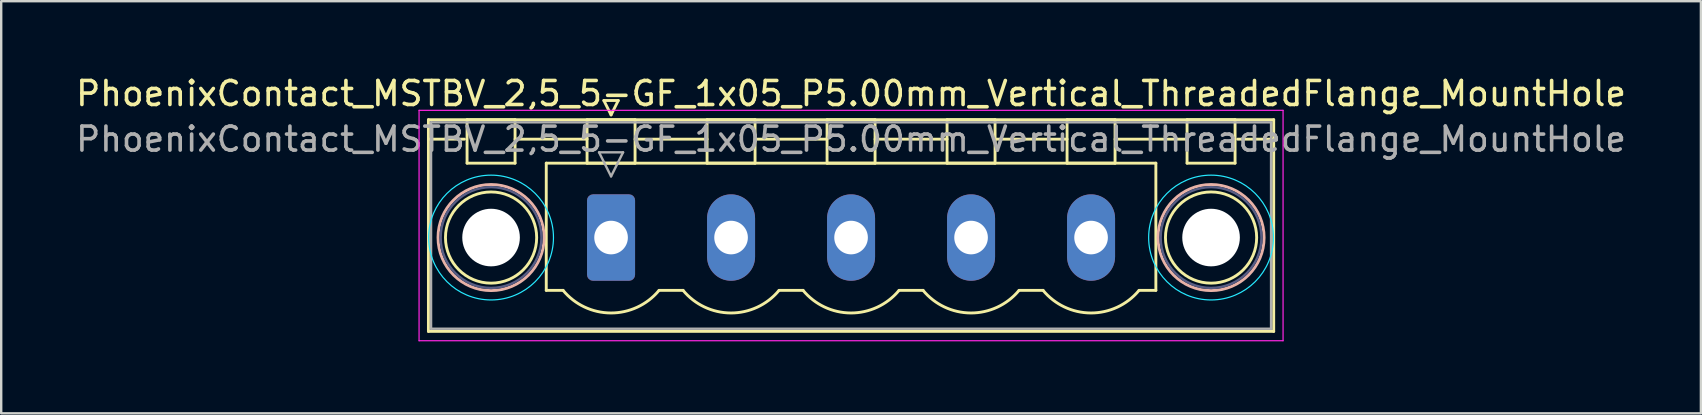
<source format=kicad_pcb>
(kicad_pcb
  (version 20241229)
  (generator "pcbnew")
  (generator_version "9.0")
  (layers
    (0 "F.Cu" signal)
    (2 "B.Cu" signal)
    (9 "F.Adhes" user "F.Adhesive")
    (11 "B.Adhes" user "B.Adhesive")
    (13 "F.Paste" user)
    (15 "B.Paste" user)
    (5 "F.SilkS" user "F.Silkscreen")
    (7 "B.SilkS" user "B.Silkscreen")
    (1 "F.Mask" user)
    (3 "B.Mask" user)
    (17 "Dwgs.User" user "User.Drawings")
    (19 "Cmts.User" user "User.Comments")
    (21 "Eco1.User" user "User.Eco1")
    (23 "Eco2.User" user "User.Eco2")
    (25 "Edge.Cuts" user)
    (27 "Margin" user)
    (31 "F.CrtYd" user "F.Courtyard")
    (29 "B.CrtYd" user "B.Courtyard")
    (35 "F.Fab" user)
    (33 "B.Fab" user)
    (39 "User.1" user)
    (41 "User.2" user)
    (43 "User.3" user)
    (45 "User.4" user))
  (footprint "PhoenixContact_MSTBV_2,5_5-GF_1x05_P5.00mm_Vertical_ThreadedFlange_MountHole"
    (layer "F.Cu")
    (at 22.411 6.848)
    (property "Reference" "PhoenixContact_MSTBV_2,5_5-GF_1x05_P5.00mm_Vertical_ThreadedFlange_MountHole" (at 10 -6 0) (layer "F.SilkS") (effects (font (size 1 1) (thickness 0.15))))
    (attr through_hole)
    (fp_line (start -7.61 -4.91) (end -7.61 3.91) (stroke (width 0.12) (type solid)) (layer "F.SilkS"))
    (fp_line (start -7.61 -4.1) (end -6.11 -4.1) (stroke (width 0.12) (type solid)) (layer "F.SilkS"))
    (fp_line (start -7.61 3.91) (end 27.61 3.91) (stroke (width 0.12) (type solid)) (layer "F.SilkS"))
    (fp_line (start -6 -4.91) (end -4 -4.91) (stroke (width 0.12) (type solid)) (layer "F.SilkS"))
    (fp_line (start -6 -3.1) (end -6 -4.91) (stroke (width 0.12) (type solid)) (layer "F.SilkS"))
    (fp_line (start -4 -4.91) (end -4 -3.1) (stroke (width 0.12) (type solid)) (layer "F.SilkS"))
    (fp_line (start -4 -4.1) (end -1 -4.1) (stroke (width 0.12) (type solid)) (layer "F.SilkS"))
    (fp_line (start -4 -3.1) (end -6 -3.1) (stroke (width 0.12) (type solid)) (layer "F.SilkS"))
    (fp_line (start -2.7 -3.1) (end 22.7 -3.1) (stroke (width 0.12) (type solid)) (layer "F.SilkS"))
    (fp_line (start -2.7 2.2) (end -2.7 -3.1) (stroke (width 0.12) (type solid)) (layer "F.SilkS"))
    (fp_line (start -2 2.2) (end -2.7 2.2) (stroke (width 0.12) (type solid)) (layer "F.SilkS"))
    (fp_line (start -1 -4.91) (end 1 -4.91) (stroke (width 0.12) (type solid)) (layer "F.SilkS"))
    (fp_line (start -1 -3.1) (end -1 -4.91) (stroke (width 0.12) (type solid)) (layer "F.SilkS"))
    (fp_line (start -0.3 -5.71) (end 0.3 -5.71) (stroke (width 0.12) (type solid)) (layer "F.SilkS"))
    (fp_line (start 0 -5.11) (end -0.3 -5.71) (stroke (width 0.12) (type solid)) (layer "F.SilkS"))
    (fp_line (start 0.3 -5.71) (end 0 -5.11) (stroke (width 0.12) (type solid)) (layer "F.SilkS"))
    (fp_line (start 1 -4.91) (end 1 -3.1) (stroke (width 0.12) (type solid)) (layer "F.SilkS"))
    (fp_line (start 1 -4.1) (end 4 -4.1) (stroke (width 0.12) (type solid)) (layer "F.SilkS"))
    (fp_line (start 1 -3.1) (end -1 -3.1) (stroke (width 0.12) (type solid)) (layer "F.SilkS"))
    (fp_line (start 2 2.2) (end 3 2.2) (stroke (width 0.12) (type solid)) (layer "F.SilkS"))
    (fp_line (start 4 -4.91) (end 6 -4.91) (stroke (width 0.12) (type solid)) (layer "F.SilkS"))
    (fp_line (start 4 -3.1) (end 4 -4.91) (stroke (width 0.12) (type solid)) (layer "F.SilkS"))
    (fp_line (start 6 -4.91) (end 6 -3.1) (stroke (width 0.12) (type solid)) (layer "F.SilkS"))
    (fp_line (start 6 -4.1) (end 9 -4.1) (stroke (width 0.12) (type solid)) (layer "F.SilkS"))
    (fp_line (start 6 -3.1) (end 4 -3.1) (stroke (width 0.12) (type solid)) (layer "F.SilkS"))
    (fp_line (start 7 2.2) (end 8 2.2) (stroke (width 0.12) (type solid)) (layer "F.SilkS"))
    (fp_line (start 9 -4.91) (end 11 -4.91) (stroke (width 0.12) (type solid)) (layer "F.SilkS"))
    (fp_line (start 9 -3.1) (end 9 -4.91) (stroke (width 0.12) (type solid)) (layer "F.SilkS"))
    (fp_line (start 11 -4.91) (end 11 -3.1) (stroke (width 0.12) (type solid)) (layer "F.SilkS"))
    (fp_line (start 11 -4.1) (end 14 -4.1) (stroke (width 0.12) (type solid)) (layer "F.SilkS"))
    (fp_line (start 11 -3.1) (end 9 -3.1) (stroke (width 0.12) (type solid)) (layer "F.SilkS"))
    (fp_line (start 12 2.2) (end 13 2.2) (stroke (width 0.12) (type solid)) (layer "F.SilkS"))
    (fp_line (start 14 -4.91) (end 16 -4.91) (stroke (width 0.12) (type solid)) (layer "F.SilkS"))
    (fp_line (start 14 -3.1) (end 14 -4.91) (stroke (width 0.12) (type solid)) (layer "F.SilkS"))
    (fp_line (start 16 -4.91) (end 16 -3.1) (stroke (width 0.12) (type solid)) (layer "F.SilkS"))
    (fp_line (start 16 -4.1) (end 19 -4.1) (stroke (width 0.12) (type solid)) (layer "F.SilkS"))
    (fp_line (start 16 -3.1) (end 14 -3.1) (stroke (width 0.12) (type solid)) (layer "F.SilkS"))
    (fp_line (start 17 2.2) (end 18 2.2) (stroke (width 0.12) (type solid)) (layer "F.SilkS"))
    (fp_line (start 19 -4.91) (end 21 -4.91) (stroke (width 0.12) (type solid)) (layer "F.SilkS"))
    (fp_line (start 19 -3.1) (end 19 -4.91) (stroke (width 0.12) (type solid)) (layer "F.SilkS"))
    (fp_line (start 21 -4.91) (end 21 -3.1) (stroke (width 0.12) (type solid)) (layer "F.SilkS"))
    (fp_line (start 21 -4.1) (end 24 -4.1) (stroke (width 0.12) (type solid)) (layer "F.SilkS"))
    (fp_line (start 21 -3.1) (end 19 -3.1) (stroke (width 0.12) (type solid)) (layer "F.SilkS"))
    (fp_line (start 22.7 -3.1) (end 22.7 2.2) (stroke (width 0.12) (type solid)) (layer "F.SilkS"))
    (fp_line (start 22.7 2.2) (end 22 2.2) (stroke (width 0.12) (type solid)) (layer "F.SilkS"))
    (fp_line (start 24 -4.91) (end 26 -4.91) (stroke (width 0.12) (type solid)) (layer "F.SilkS"))
    (fp_line (start 24 -3.1) (end 24 -4.91) (stroke (width 0.12) (type solid)) (layer "F.SilkS"))
    (fp_line (start 26 -4.91) (end 26 -3.1) (stroke (width 0.12) (type solid)) (layer "F.SilkS"))
    (fp_line (start 26 -3.1) (end 24 -3.1) (stroke (width 0.12) (type solid)) (layer "F.SilkS"))
    (fp_line (start 27.61 -4.91) (end -7.61 -4.91) (stroke (width 0.12) (type solid)) (layer "F.SilkS"))
    (fp_line (start 27.61 -4.1) (end 26.11 -4.1) (stroke (width 0.12) (type solid)) (layer "F.SilkS"))
    (fp_line (start 27.61 3.91) (end 27.61 -4.91) (stroke (width 0.12) (type solid)) (layer "F.SilkS"))
    (fp_arc (start 1.986842 2.215821) (mid -0.010289 3.142758) (end -2 2.2) (stroke (width 0.12) (type solid)) (layer "F.SilkS"))
    (fp_arc (start 6.986842 2.215821) (mid 4.989711 3.142758) (end 3 2.2) (stroke (width 0.12) (type solid)) (layer "F.SilkS"))
    (fp_arc (start 11.986842 2.215821) (mid 9.989711 3.142758) (end 8 2.2) (stroke (width 0.12) (type solid)) (layer "F.SilkS"))
    (fp_arc (start 16.986842 2.215821) (mid 14.989711 3.142758) (end 13 2.2) (stroke (width 0.12) (type solid)) (layer "F.SilkS"))
    (fp_arc (start 21.986842 2.215821) (mid 19.989711 3.142758) (end 18 2.2) (stroke (width 0.12) (type solid)) (layer "F.SilkS"))
    (fp_circle (center -5 0) (end -3.1 0) (stroke (width 0.12) (type solid)) (fill no) (layer "F.SilkS"))
    (fp_circle (center 25 0) (end 26.9 0) (stroke (width 0.12) (type solid)) (fill no) (layer "F.SilkS"))
    (fp_circle (center -5 0) (end -2.79 0) (stroke (width 0.12) (type solid)) (fill no) (layer "B.SilkS"))
    (fp_circle (center 25 0) (end 27.21 0) (stroke (width 0.12) (type solid)) (fill no) (layer "B.SilkS"))
    (fp_circle (center -5 0) (end -2.4 0) (stroke (width 0.05) (type solid)) (fill no) (layer "B.CrtYd"))
    (fp_circle (center 25 0) (end 27.6 0) (stroke (width 0.05) (type solid)) (fill no) (layer "B.CrtYd"))
    (fp_line (start -8 -5.3) (end -8 4.3) (stroke (width 0.05) (type solid)) (layer "F.CrtYd"))
    (fp_line (start -8 4.3) (end 28 4.3) (stroke (width 0.05) (type solid)) (layer "F.CrtYd"))
    (fp_line (start 28 -5.3) (end -8 -5.3) (stroke (width 0.05) (type solid)) (layer "F.CrtYd"))
    (fp_line (start 28 4.3) (end 28 -5.3) (stroke (width 0.05) (type solid)) (layer "F.CrtYd"))
    (fp_circle (center -5 0) (end -2.9 0) (stroke (width 0.1) (type solid)) (fill no) (layer "B.Fab"))
    (fp_circle (center 25 0) (end 27.1 0) (stroke (width 0.1) (type solid)) (fill no) (layer "B.Fab"))
    (fp_line (start -7.5 -4.8) (end -7.5 3.8) (stroke (width 0.1) (type solid)) (layer "F.Fab"))
    (fp_line (start -7.5 3.8) (end 27.5 3.8) (stroke (width 0.1) (type solid)) (layer "F.Fab"))
    (fp_line (start -0.5 -3.55) (end 0.5 -3.55) (stroke (width 0.1) (type solid)) (layer "F.Fab"))
    (fp_line (start 0 -2.55) (end -0.5 -3.55) (stroke (width 0.1) (type solid)) (layer "F.Fab"))
    (fp_line (start 0.5 -3.55) (end 0 -2.55) (stroke (width 0.1) (type solid)) (layer "F.Fab"))
    (fp_line (start 27.5 -4.8) (end -7.5 -4.8) (stroke (width 0.1) (type solid)) (layer "F.Fab"))
    (fp_line (start 27.5 3.8) (end 27.5 -4.8) (stroke (width 0.1) (type solid)) (layer "F.Fab"))
    (fp_text user "${REFERENCE}" (at 10 -4.1 0) (layer "F.Fab") (effects (font (size 1 1) (thickness 0.15))))
    (pad "" np_thru_hole circle (at -5 0) (size 2.4 2.4) (drill 2.4) (layers "*.Cu" "*.Mask"))
    (pad "" np_thru_hole circle (at 25 0) (size 2.4 2.4) (drill 2.4) (layers "*.Cu" "*.Mask"))
    (pad "1" thru_hole roundrect (at 0 0) (size 2 3.6) (drill 1.4) (layers "*.Cu" "*.Mask") (roundrect_rratio 0.125))
    (pad "2" thru_hole oval (at 5 0) (size 2 3.6) (drill 1.4) (layers "*.Cu" "*.Mask"))
    (pad "3" thru_hole oval (at 10 0) (size 2 3.6) (drill 1.4) (layers "*.Cu" "*.Mask"))
    (pad "4" thru_hole oval (at 15 0) (size 2 3.6) (drill 1.4) (layers "*.Cu" "*.Mask"))
    (pad "5" thru_hole oval (at 20 0) (size 2 3.6) (drill 1.4) (layers "*.Cu" "*.Mask")))
  (gr_rect
    (start -3 -3)
    (end 67.821 14.173)
    (stroke (width 0.1) (type default))
    (fill no)
    (layer "Edge.Cuts")))
</source>
